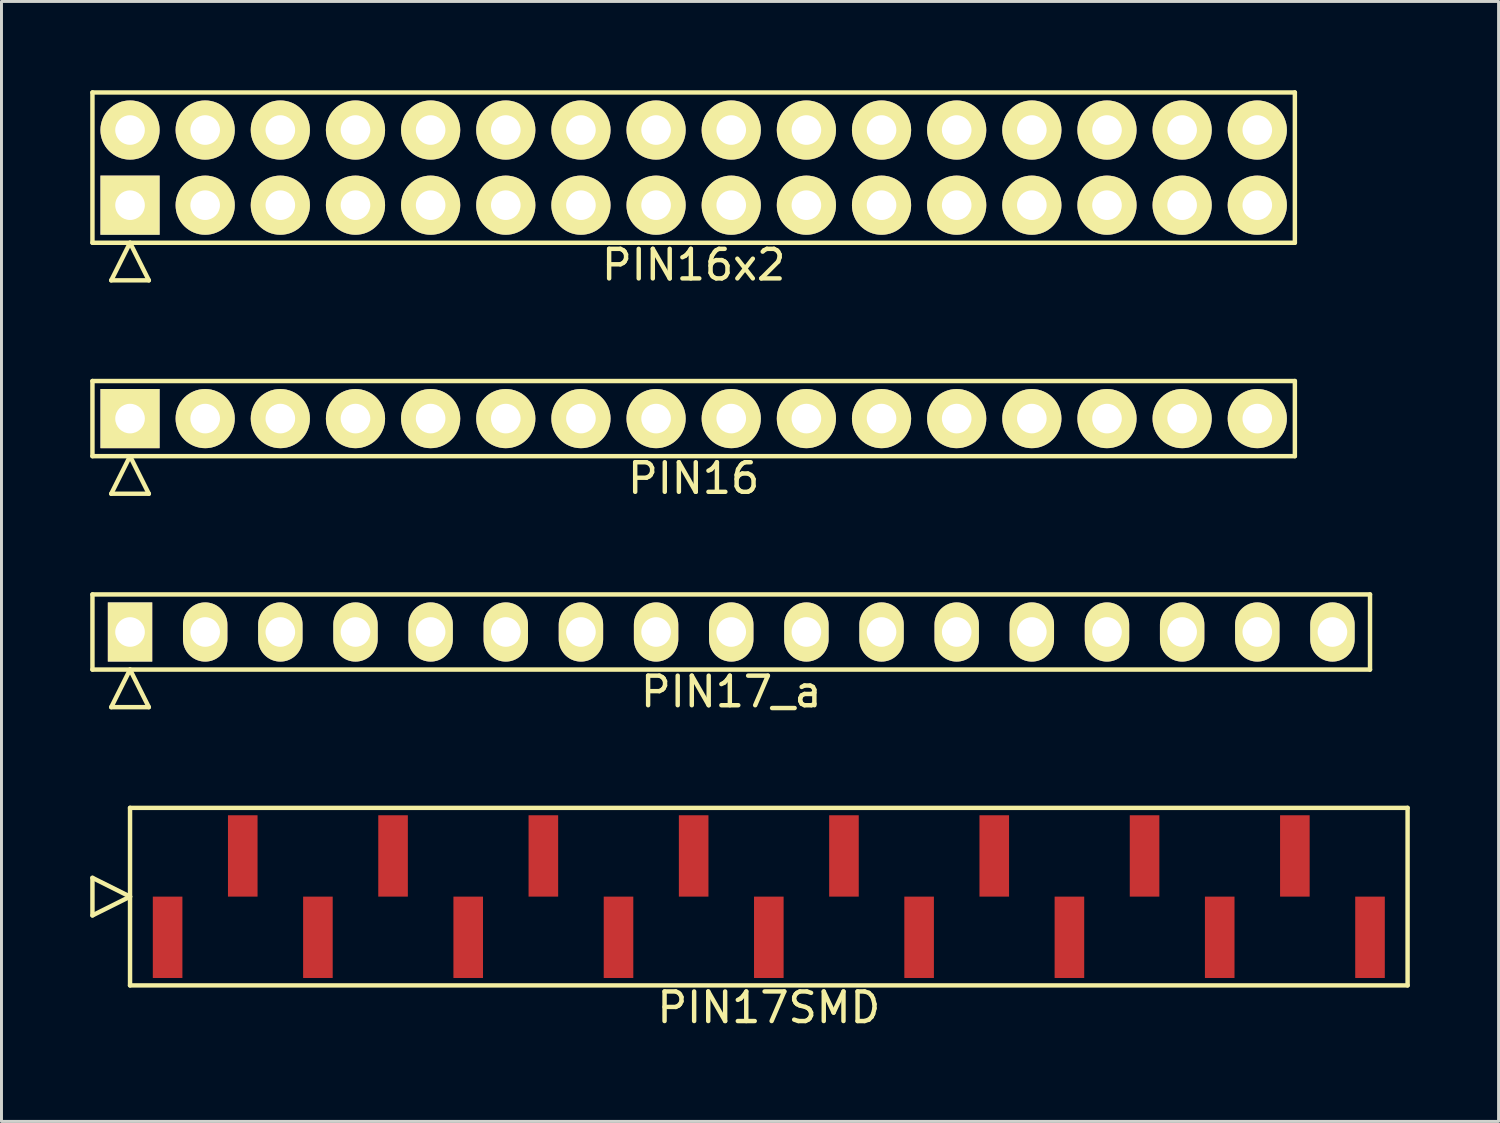
<source format=kicad_pcb>
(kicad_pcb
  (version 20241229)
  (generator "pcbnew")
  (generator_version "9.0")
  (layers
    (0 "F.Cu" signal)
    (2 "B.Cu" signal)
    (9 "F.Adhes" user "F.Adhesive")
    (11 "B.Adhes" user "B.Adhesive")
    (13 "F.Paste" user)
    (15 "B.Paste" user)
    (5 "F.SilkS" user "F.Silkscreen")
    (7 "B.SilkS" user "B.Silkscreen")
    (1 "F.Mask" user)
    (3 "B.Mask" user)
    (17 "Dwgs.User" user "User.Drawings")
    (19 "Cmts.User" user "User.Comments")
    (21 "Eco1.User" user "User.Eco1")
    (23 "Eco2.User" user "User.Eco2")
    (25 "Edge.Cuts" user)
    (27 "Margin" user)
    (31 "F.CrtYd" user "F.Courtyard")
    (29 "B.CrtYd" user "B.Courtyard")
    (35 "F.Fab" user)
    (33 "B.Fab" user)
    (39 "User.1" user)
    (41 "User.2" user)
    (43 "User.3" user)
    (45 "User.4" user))
  (footprint "PIN16x2"
    (layer "F.Cu")
    (at 20.395 2.615)
    (property "Reference" "PIN16x2" (at 0 3.29 0) (layer "F.SilkS") (effects (font (size 1 1) (thickness 0.15))))
    (attr through_hole)
    (fp_line (start -20.32 -2.54) (end -20.32 2.54) (stroke (width 0.15) (type solid)) (layer "F.SilkS"))
    (fp_line (start -20.32 2.54) (end 20.32 2.54) (stroke (width 0.15) (type solid)) (layer "F.SilkS"))
    (fp_line (start -19.685 3.81) (end -19.05 2.54) (stroke (width 0.15) (type solid)) (layer "F.SilkS"))
    (fp_line (start -19.685 3.81) (end -18.415 3.81) (stroke (width 0.15) (type solid)) (layer "F.SilkS"))
    (fp_line (start -18.415 3.81) (end -19.05 2.54) (stroke (width 0.15) (type solid)) (layer "F.SilkS"))
    (fp_line (start 20.32 -2.54) (end -20.32 -2.54) (stroke (width 0.15) (type solid)) (layer "F.SilkS"))
    (fp_line (start 20.32 2.54) (end 20.32 -2.54) (stroke (width 0.15) (type solid)) (layer "F.SilkS"))
    (pad "1" thru_hole rect (at -19.05 1.27) (size 2 2) (drill 1) (layers "*.Cu" "*.Mask" "F.SilkS"))
    (pad "2" thru_hole oval (at -19.05 -1.27) (size 2 2) (drill 1) (layers "*.Cu" "*.Mask" "F.SilkS"))
    (pad "3" thru_hole oval (at -16.51 1.27) (size 2 2) (drill 1) (layers "*.Cu" "*.Mask" "F.SilkS"))
    (pad "4" thru_hole oval (at -16.51 -1.27) (size 2 2) (drill 1) (layers "*.Cu" "*.Mask" "F.SilkS"))
    (pad "5" thru_hole oval (at -13.97 1.27) (size 2 2) (drill 1) (layers "*.Cu" "*.Mask" "F.SilkS"))
    (pad "6" thru_hole oval (at -13.97 -1.27) (size 2 2) (drill 1) (layers "*.Cu" "*.Mask" "F.SilkS"))
    (pad "7" thru_hole oval (at -11.43 1.27) (size 2 2) (drill 1) (layers "*.Cu" "*.Mask" "F.SilkS"))
    (pad "8" thru_hole oval (at -11.43 -1.27) (size 2 2) (drill 1) (layers "*.Cu" "*.Mask" "F.SilkS"))
    (pad "9" thru_hole oval (at -8.89 1.27) (size 2 2) (drill 1) (layers "*.Cu" "*.Mask" "F.SilkS"))
    (pad "10" thru_hole oval (at -8.89 -1.27) (size 2 2) (drill 1) (layers "*.Cu" "*.Mask" "F.SilkS"))
    (pad "11" thru_hole oval (at -6.35 1.27) (size 2 2) (drill 1) (layers "*.Cu" "*.Mask" "F.SilkS"))
    (pad "12" thru_hole oval (at -6.35 -1.27) (size 2 2) (drill 1) (layers "*.Cu" "*.Mask" "F.SilkS"))
    (pad "13" thru_hole oval (at -3.81 1.27) (size 2 2) (drill 1) (layers "*.Cu" "*.Mask" "F.SilkS"))
    (pad "14" thru_hole oval (at -3.81 -1.27) (size 2 2) (drill 1) (layers "*.Cu" "*.Mask" "F.SilkS"))
    (pad "15" thru_hole oval (at -1.27 1.27) (size 2 2) (drill 1) (layers "*.Cu" "*.Mask" "F.SilkS"))
    (pad "16" thru_hole oval (at -1.27 -1.27) (size 2 2) (drill 1) (layers "*.Cu" "*.Mask" "F.SilkS"))
    (pad "17" thru_hole oval (at 1.27 1.27) (size 2 2) (drill 1) (layers "*.Cu" "*.Mask" "F.SilkS"))
    (pad "18" thru_hole oval (at 1.27 -1.27) (size 2 2) (drill 1) (layers "*.Cu" "*.Mask" "F.SilkS"))
    (pad "19" thru_hole oval (at 3.81 1.27) (size 2 2) (drill 1) (layers "*.Cu" "*.Mask" "F.SilkS"))
    (pad "20" thru_hole oval (at 3.81 -1.27) (size 2 2) (drill 1) (layers "*.Cu" "*.Mask" "F.SilkS"))
    (pad "21" thru_hole oval (at 6.35 1.27) (size 2 2) (drill 1) (layers "*.Cu" "*.Mask" "F.SilkS"))
    (pad "22" thru_hole oval (at 6.35 -1.27) (size 2 2) (drill 1) (layers "*.Cu" "*.Mask" "F.SilkS"))
    (pad "23" thru_hole oval (at 8.89 1.27) (size 2 2) (drill 1) (layers "*.Cu" "*.Mask" "F.SilkS"))
    (pad "24" thru_hole oval (at 8.89 -1.27) (size 2 2) (drill 1) (layers "*.Cu" "*.Mask" "F.SilkS"))
    (pad "25" thru_hole oval (at 11.43 1.27) (size 2 2) (drill 1) (layers "*.Cu" "*.Mask" "F.SilkS"))
    (pad "26" thru_hole oval (at 11.43 -1.27) (size 2 2) (drill 1) (layers "*.Cu" "*.Mask" "F.SilkS"))
    (pad "27" thru_hole oval (at 13.97 1.27) (size 2 2) (drill 1) (layers "*.Cu" "*.Mask" "F.SilkS"))
    (pad "28" thru_hole oval (at 13.97 -1.27) (size 2 2) (drill 1) (layers "*.Cu" "*.Mask" "F.SilkS"))
    (pad "29" thru_hole oval (at 16.51 1.27) (size 2 2) (drill 1) (layers "*.Cu" "*.Mask" "F.SilkS"))
    (pad "30" thru_hole oval (at 16.51 -1.27) (size 2 2) (drill 1) (layers "*.Cu" "*.Mask" "F.SilkS"))
    (pad "31" thru_hole oval (at 19.05 1.27) (size 2 2) (drill 1) (layers "*.Cu" "*.Mask" "F.SilkS"))
    (pad "32" thru_hole oval (at 19.05 -1.27) (size 2 2) (drill 1) (layers "*.Cu" "*.Mask" "F.SilkS")))
  (footprint "PIN17_a"
    (layer "F.Cu")
    (at 21.665 18.311)
    (property "Reference" "PIN17_a" (at 0 2.02 0) (layer "F.SilkS") (effects (font (size 1 1) (thickness 0.15))))
    (attr through_hole)
    (fp_line (start -21.59 -1.27) (end -21.59 1.27) (stroke (width 0.15) (type solid)) (layer "F.SilkS"))
    (fp_line (start -21.59 1.27) (end 21.59 1.27) (stroke (width 0.15) (type solid)) (layer "F.SilkS"))
    (fp_line (start -20.955 2.54) (end -20.32 1.27) (stroke (width 0.15) (type solid)) (layer "F.SilkS"))
    (fp_line (start -20.955 2.54) (end -19.685 2.54) (stroke (width 0.15) (type solid)) (layer "F.SilkS"))
    (fp_line (start -19.685 2.54) (end -20.32 1.27) (stroke (width 0.15) (type solid)) (layer "F.SilkS"))
    (fp_line (start 21.59 -1.27) (end -21.59 -1.27) (stroke (width 0.15) (type solid)) (layer "F.SilkS"))
    (fp_line (start 21.59 1.27) (end 21.59 -1.27) (stroke (width 0.15) (type solid)) (layer "F.SilkS"))
    (pad "1" thru_hole rect (at -20.32 0) (size 1.5 2) (drill 1) (layers "*.Cu" "*.Mask" "F.SilkS"))
    (pad "2" thru_hole oval (at -17.78 0) (size 1.5 2) (drill 1) (layers "*.Cu" "*.Mask" "F.SilkS"))
    (pad "3" thru_hole oval (at -15.24 0) (size 1.5 2) (drill 1) (layers "*.Cu" "*.Mask" "F.SilkS"))
    (pad "4" thru_hole oval (at -12.7 0) (size 1.5 2) (drill 1) (layers "*.Cu" "*.Mask" "F.SilkS"))
    (pad "5" thru_hole oval (at -10.16 0) (size 1.5 2) (drill 1) (layers "*.Cu" "*.Mask" "F.SilkS"))
    (pad "6" thru_hole oval (at -7.62 0) (size 1.5 2) (drill 1) (layers "*.Cu" "*.Mask" "F.SilkS"))
    (pad "7" thru_hole oval (at -5.08 0) (size 1.5 2) (drill 1) (layers "*.Cu" "*.Mask" "F.SilkS"))
    (pad "8" thru_hole oval (at -2.54 0) (size 1.5 2) (drill 1) (layers "*.Cu" "*.Mask" "F.SilkS"))
    (pad "9" thru_hole oval (at 0 0) (size 1.5 2) (drill 1) (layers "*.Cu" "*.Mask" "F.SilkS"))
    (pad "10" thru_hole oval (at 2.54 0) (size 1.5 2) (drill 1) (layers "*.Cu" "*.Mask" "F.SilkS"))
    (pad "11" thru_hole oval (at 5.08 0) (size 1.5 2) (drill 1) (layers "*.Cu" "*.Mask" "F.SilkS"))
    (pad "12" thru_hole oval (at 7.62 0) (size 1.5 2) (drill 1) (layers "*.Cu" "*.Mask" "F.SilkS"))
    (pad "13" thru_hole oval (at 10.16 0) (size 1.5 2) (drill 1) (layers "*.Cu" "*.Mask" "F.SilkS"))
    (pad "14" thru_hole oval (at 12.7 0) (size 1.5 2) (drill 1) (layers "*.Cu" "*.Mask" "F.SilkS"))
    (pad "15" thru_hole oval (at 15.24 0) (size 1.5 2) (drill 1) (layers "*.Cu" "*.Mask" "F.SilkS"))
    (pad "16" thru_hole oval (at 17.78 0) (size 1.5 2) (drill 1) (layers "*.Cu" "*.Mask" "F.SilkS"))
    (pad "17" thru_hole oval (at 20.32 0) (size 1.5 2) (drill 1) (layers "*.Cu" "*.Mask" "F.SilkS")))
  (footprint "PIN16"
    (layer "F.Cu")
    (at 20.395 11.098)
    (property "Reference" "PIN16" (at 0 2.02 0) (layer "F.SilkS") (effects (font (size 1 1) (thickness 0.15))))
    (attr through_hole)
    (fp_line (start -20.32 -1.27) (end -20.32 1.27) (stroke (width 0.15) (type solid)) (layer "F.SilkS"))
    (fp_line (start -20.32 1.27) (end 20.32 1.27) (stroke (width 0.15) (type solid)) (layer "F.SilkS"))
    (fp_line (start -19.685 2.54) (end -19.05 1.27) (stroke (width 0.15) (type solid)) (layer "F.SilkS"))
    (fp_line (start -19.685 2.54) (end -18.415 2.54) (stroke (width 0.15) (type solid)) (layer "F.SilkS"))
    (fp_line (start -18.415 2.54) (end -19.05 1.27) (stroke (width 0.15) (type solid)) (layer "F.SilkS"))
    (fp_line (start 20.32 -1.27) (end -20.32 -1.27) (stroke (width 0.15) (type solid)) (layer "F.SilkS"))
    (fp_line (start 20.32 1.27) (end 20.32 -1.27) (stroke (width 0.15) (type solid)) (layer "F.SilkS"))
    (pad "1" thru_hole rect (at -19.05 0) (size 2 2) (drill 1) (layers "*.Cu" "*.Mask" "F.SilkS"))
    (pad "2" thru_hole oval (at -16.51 0) (size 2 2) (drill 1) (layers "*.Cu" "*.Mask" "F.SilkS"))
    (pad "3" thru_hole oval (at -13.97 0) (size 2 2) (drill 1) (layers "*.Cu" "*.Mask" "F.SilkS"))
    (pad "4" thru_hole oval (at -11.43 0) (size 2 2) (drill 1) (layers "*.Cu" "*.Mask" "F.SilkS"))
    (pad "5" thru_hole oval (at -8.89 0) (size 2 2) (drill 1) (layers "*.Cu" "*.Mask" "F.SilkS"))
    (pad "6" thru_hole oval (at -6.35 0) (size 2 2) (drill 1) (layers "*.Cu" "*.Mask" "F.SilkS"))
    (pad "7" thru_hole oval (at -3.81 0) (size 2 2) (drill 1) (layers "*.Cu" "*.Mask" "F.SilkS"))
    (pad "8" thru_hole oval (at -1.27 0) (size 2 2) (drill 1) (layers "*.Cu" "*.Mask" "F.SilkS"))
    (pad "9" thru_hole oval (at 1.27 0) (size 2 2) (drill 1) (layers "*.Cu" "*.Mask" "F.SilkS"))
    (pad "10" thru_hole oval (at 3.81 0) (size 2 2) (drill 1) (layers "*.Cu" "*.Mask" "F.SilkS"))
    (pad "11" thru_hole oval (at 6.35 0) (size 2 2) (drill 1) (layers "*.Cu" "*.Mask" "F.SilkS"))
    (pad "12" thru_hole oval (at 8.89 0) (size 2 2) (drill 1) (layers "*.Cu" "*.Mask" "F.SilkS"))
    (pad "13" thru_hole oval (at 11.43 0) (size 2 2) (drill 1) (layers "*.Cu" "*.Mask" "F.SilkS"))
    (pad "14" thru_hole oval (at 13.97 0) (size 2 2) (drill 1) (layers "*.Cu" "*.Mask" "F.SilkS"))
    (pad "15" thru_hole oval (at 16.51 0) (size 2 2) (drill 1) (layers "*.Cu" "*.Mask" "F.SilkS"))
    (pad "16" thru_hole oval (at 19.05 0) (size 2 2) (drill 1) (layers "*.Cu" "*.Mask" "F.SilkS")))
  (footprint "PIN17SMD"
    (layer "F.Cu")
    (at 22.935 27.255)
    (property "Reference" "PIN17SMD" (at 0 3.75 0) (layer "F.SilkS") (effects (font (size 1 1) (thickness 0.15))))
    (attr through_hole)
    (fp_line (start -22.86 0.635) (end -22.86 -0.635) (stroke (width 0.15) (type solid)) (layer "F.SilkS"))
    (fp_line (start -21.59 -3) (end -21.59 3) (stroke (width 0.15) (type solid)) (layer "F.SilkS"))
    (fp_line (start -21.59 0) (end -22.86 -0.635) (stroke (width 0.15) (type solid)) (layer "F.SilkS"))
    (fp_line (start -21.59 0) (end -22.86 0.635) (stroke (width 0.15) (type solid)) (layer "F.SilkS"))
    (fp_line (start -21.59 3) (end 21.59 3) (stroke (width 0.15) (type solid)) (layer "F.SilkS"))
    (fp_line (start 21.59 -3) (end -21.59 -3) (stroke (width 0.15) (type solid)) (layer "F.SilkS"))
    (fp_line (start 21.59 3) (end 21.59 -3) (stroke (width 0.15) (type solid)) (layer "F.SilkS"))
    (pad "1" smd rect (at -20.32 1.375) (size 1 2.75) (layers "F.Cu" "F.Mask" "F.Paste"))
    (pad "2" smd rect (at -17.78 -1.375) (size 1 2.75) (layers "F.Cu" "F.Mask" "F.Paste"))
    (pad "3" smd rect (at -15.24 1.375) (size 1 2.75) (layers "F.Cu" "F.Mask" "F.Paste"))
    (pad "4" smd rect (at -12.7 -1.375) (size 1 2.75) (layers "F.Cu" "F.Mask" "F.Paste"))
    (pad "5" smd rect (at -10.16 1.375) (size 1 2.75) (layers "F.Cu" "F.Mask" "F.Paste"))
    (pad "6" smd rect (at -7.62 -1.375) (size 1 2.75) (layers "F.Cu" "F.Mask" "F.Paste"))
    (pad "7" smd rect (at -5.08 1.375) (size 1 2.75) (layers "F.Cu" "F.Mask" "F.Paste"))
    (pad "8" smd rect (at -2.54 -1.375) (size 1 2.75) (layers "F.Cu" "F.Mask" "F.Paste"))
    (pad "9" smd rect (at 0 1.375) (size 1 2.75) (layers "F.Cu" "F.Mask" "F.Paste"))
    (pad "10" smd rect (at 2.54 -1.375) (size 1 2.75) (layers "F.Cu" "F.Mask" "F.Paste"))
    (pad "11" smd rect (at 5.08 1.375) (size 1 2.75) (layers "F.Cu" "F.Mask" "F.Paste"))
    (pad "12" smd rect (at 7.62 -1.375) (size 1 2.75) (layers "F.Cu" "F.Mask" "F.Paste"))
    (pad "13" smd rect (at 10.16 1.375) (size 1 2.75) (layers "F.Cu" "F.Mask" "F.Paste"))
    (pad "14" smd rect (at 12.7 -1.375) (size 1 2.75) (layers "F.Cu" "F.Mask" "F.Paste"))
    (pad "15" smd rect (at 15.24 1.375) (size 1 2.75) (layers "F.Cu" "F.Mask" "F.Paste"))
    (pad "16" smd rect (at 17.78 -1.375) (size 1 2.75) (layers "F.Cu" "F.Mask" "F.Paste"))
    (pad "17" smd rect (at 20.32 1.375) (size 1 2.75) (layers "F.Cu" "F.Mask" "F.Paste")))
  (gr_rect
    (start -3 -3)
    (end 47.6 34.853)
    (stroke (width 0.1) (type default))
    (fill no)
    (layer "Edge.Cuts")))
</source>
